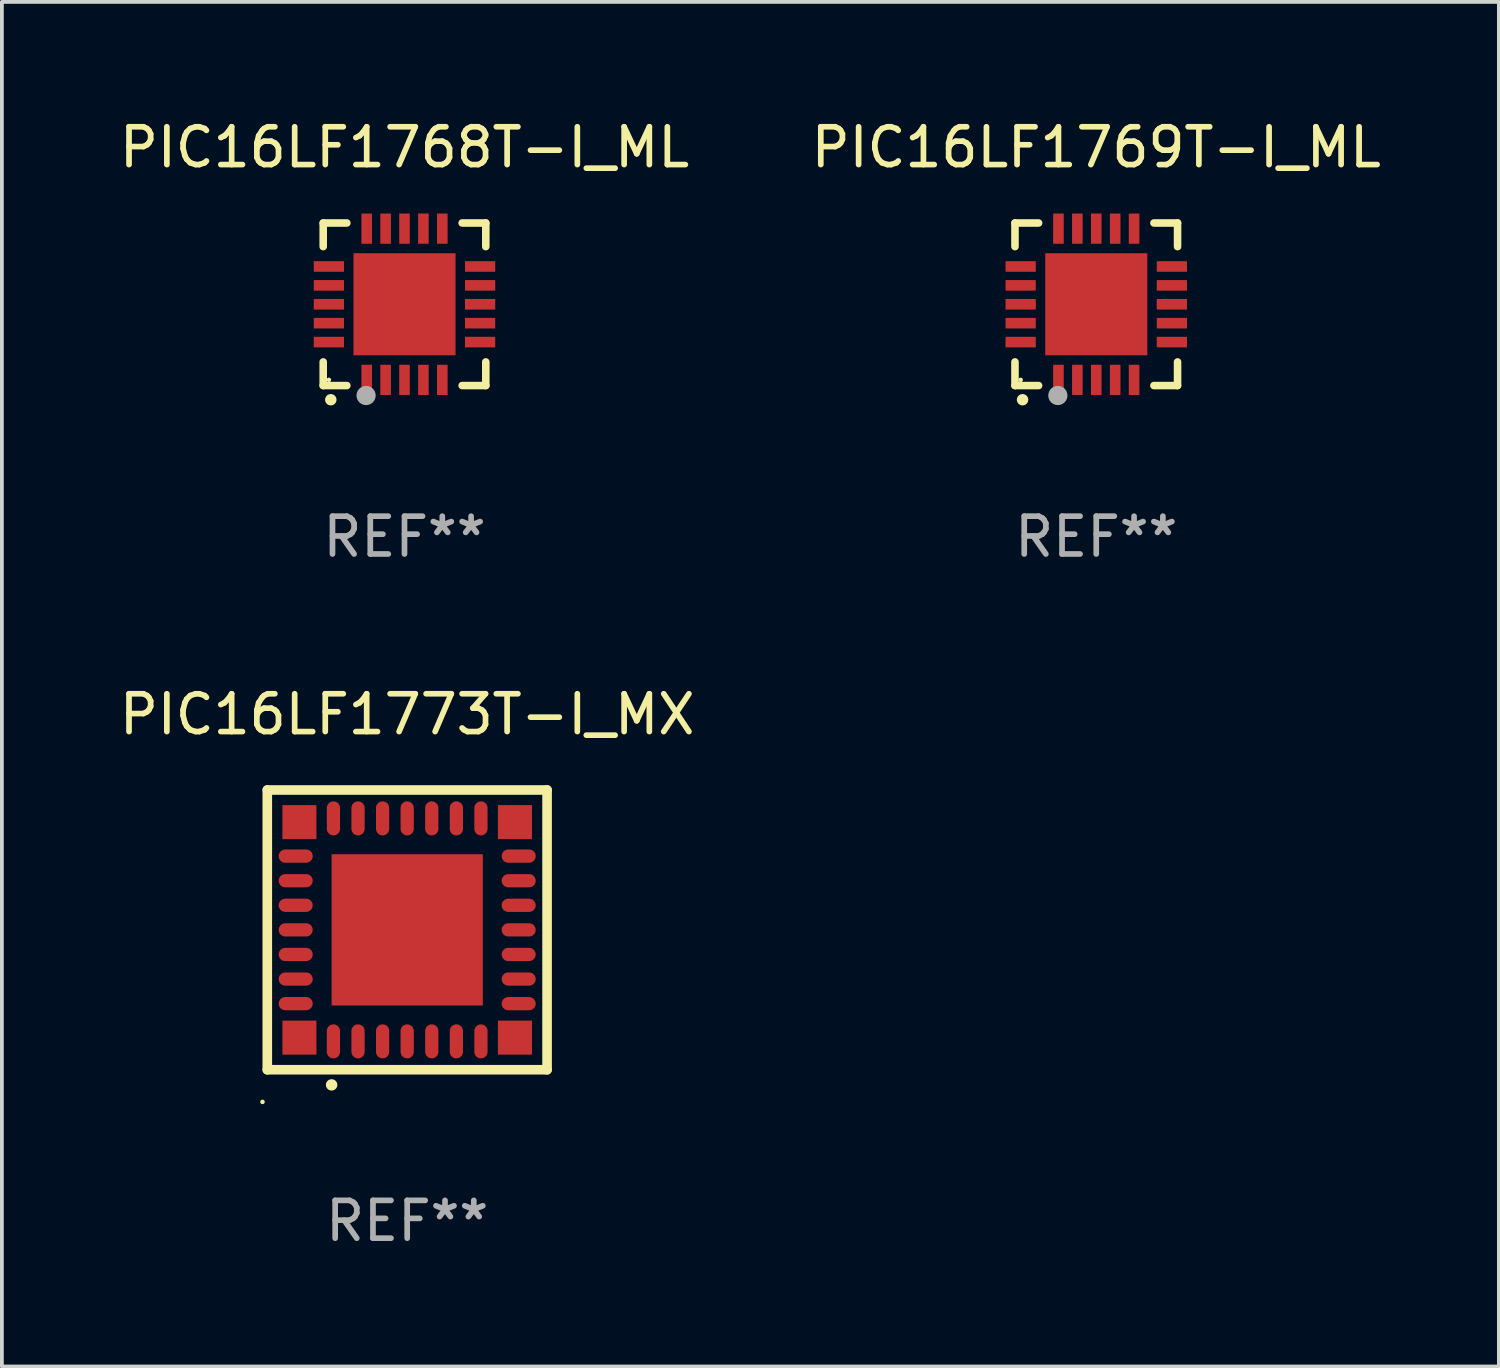
<source format=kicad_pcb>
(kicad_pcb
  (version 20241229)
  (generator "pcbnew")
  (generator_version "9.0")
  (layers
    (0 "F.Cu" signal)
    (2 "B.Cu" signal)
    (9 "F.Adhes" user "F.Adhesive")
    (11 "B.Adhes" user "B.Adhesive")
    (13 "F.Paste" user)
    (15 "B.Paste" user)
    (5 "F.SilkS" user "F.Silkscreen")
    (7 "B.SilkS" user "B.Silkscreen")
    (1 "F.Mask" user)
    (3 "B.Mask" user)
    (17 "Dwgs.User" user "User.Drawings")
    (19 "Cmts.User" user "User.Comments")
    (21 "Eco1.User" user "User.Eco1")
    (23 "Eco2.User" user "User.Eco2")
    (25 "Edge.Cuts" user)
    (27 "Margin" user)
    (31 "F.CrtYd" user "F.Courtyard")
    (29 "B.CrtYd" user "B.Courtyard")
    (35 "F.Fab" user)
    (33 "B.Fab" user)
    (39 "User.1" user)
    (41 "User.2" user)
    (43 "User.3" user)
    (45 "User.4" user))
  (footprint "PIC16LF1773T-I_MX"
    (layer "F.Cu")
    (at 7.72 21.545)
    (property "Reference" "PIC16LF1773T-I_MX" (at 0 -5.7 0) (layer "F.SilkS") (effects (font (size 1 1) (thickness 0.15))))
    (attr through_hole)
    (fp_line (start -3.7 -3.7) (end 3.7 -3.7) (stroke (width 0.254) (type solid)) (layer "F.SilkS"))
    (fp_line (start -3.7 3.7) (end -3.7 -3.7) (stroke (width 0.254) (type solid)) (layer "F.SilkS"))
    (fp_line (start 3.7 -3.7) (end 3.7 3.7) (stroke (width 0.254) (type solid)) (layer "F.SilkS"))
    (fp_line (start 3.7 3.7) (end -3.7 3.7) (stroke (width 0.254) (type solid)) (layer "F.SilkS"))
    (fp_arc (start -2 4.1) (mid -1.99873 4.099995) (end -1.99746 4.1) (stroke (width 0.3) (type solid)) (layer "F.SilkS"))
    (fp_circle (center -3.827 4.55) (end -3.797 4.55) (stroke (width 0.06) (type solid)) (fill no) (layer "F.SilkS"))
    (fp_text user "REF**" (at 0 7.7 0) (layer "F.Fab") (effects (font (size 1 1) (thickness 0.15))))
    (pad "1" smd oval (at -1.951 2.949 180) (size 0.35 0.9) (layers "F.Cu" "F.Mask" "F.Paste"))
    (pad "2" smd oval (at -1.3 2.949 180) (size 0.35 0.9) (layers "F.Cu" "F.Mask" "F.Paste"))
    (pad "3" smd oval (at -0.65 2.949 180) (size 0.35 0.9) (layers "F.Cu" "F.Mask" "F.Paste"))
    (pad "4" smd oval (at 0.000051 2.949 180) (size 0.35 0.9) (layers "F.Cu" "F.Mask" "F.Paste"))
    (pad "5" smd oval (at 0.65 2.949 180) (size 0.35 0.9) (layers "F.Cu" "F.Mask" "F.Paste"))
    (pad "6" smd oval (at 1.301 2.949 180) (size 0.35 0.9) (layers "F.Cu" "F.Mask" "F.Paste"))
    (pad "7" smd oval (at 1.951 2.949 180) (size 0.35 0.9) (layers "F.Cu" "F.Mask" "F.Paste"))
    (pad "8" smd oval (at 2.949 1.951 90) (size 0.35 0.9) (layers "F.Cu" "F.Mask" "F.Paste"))
    (pad "9" smd oval (at 2.949 1.301 90) (size 0.35 0.9) (layers "F.Cu" "F.Mask" "F.Paste"))
    (pad "10" smd oval (at 2.949 0.65 90) (size 0.35 0.9) (layers "F.Cu" "F.Mask" "F.Paste"))
    (pad "11" smd oval (at 2.949 0.000051 90) (size 0.35 0.9) (layers "F.Cu" "F.Mask" "F.Paste"))
    (pad "12" smd oval (at 2.949 -0.65 90) (size 0.35 0.9) (layers "F.Cu" "F.Mask" "F.Paste"))
    (pad "13" smd oval (at 2.949 -1.3 90) (size 0.35 0.9) (layers "F.Cu" "F.Mask" "F.Paste"))
    (pad "14" smd oval (at 2.949 -1.951 90) (size 0.35 0.9) (layers "F.Cu" "F.Mask" "F.Paste"))
    (pad "15" smd oval (at 1.951 -2.949 180) (size 0.35 0.9) (layers "F.Cu" "F.Mask" "F.Paste"))
    (pad "16" smd oval (at 1.301 -2.949 180) (size 0.35 0.9) (layers "F.Cu" "F.Mask" "F.Paste"))
    (pad "17" smd oval (at 0.65 -2.949 180) (size 0.35 0.9) (layers "F.Cu" "F.Mask" "F.Paste"))
    (pad "18" smd oval (at 0.000051 -2.949 180) (size 0.35 0.9) (layers "F.Cu" "F.Mask" "F.Paste"))
    (pad "19" smd oval (at -0.65 -2.949 180) (size 0.35 0.9) (layers "F.Cu" "F.Mask" "F.Paste"))
    (pad "20" smd oval (at -1.3 -2.949 180) (size 0.35 0.9) (layers "F.Cu" "F.Mask" "F.Paste"))
    (pad "21" smd oval (at -1.951 -2.949 180) (size 0.35 0.9) (layers "F.Cu" "F.Mask" "F.Paste"))
    (pad "22" smd oval (at -2.949 -1.951 90) (size 0.35 0.9) (layers "F.Cu" "F.Mask" "F.Paste"))
    (pad "23" smd oval (at -2.949 -1.3 90) (size 0.35 0.9) (layers "F.Cu" "F.Mask" "F.Paste"))
    (pad "24" smd oval (at -2.949 -0.65 90) (size 0.35 0.9) (layers "F.Cu" "F.Mask" "F.Paste"))
    (pad "25" smd oval (at -2.949 0.000051 90) (size 0.35 0.9) (layers "F.Cu" "F.Mask" "F.Paste"))
    (pad "26" smd oval (at -2.949 0.65 90) (size 0.35 0.9) (layers "F.Cu" "F.Mask" "F.Paste"))
    (pad "27" smd oval (at -2.949 1.301 90) (size 0.35 0.9) (layers "F.Cu" "F.Mask" "F.Paste"))
    (pad "28" smd oval (at -2.949 1.951 90) (size 0.35 0.9) (layers "F.Cu" "F.Mask" "F.Paste"))
    (pad "29" smd rect (at -2.85 -2.85 90) (size 0.9 0.9) (layers "F.Cu" "F.Mask" "F.Paste"))
    (pad "29" smd rect (at -2.85 2.85 90) (size 0.9 0.9) (layers "F.Cu" "F.Mask" "F.Paste"))
    (pad "29" smd rect (at 0.000051 0.000051 90) (size 4 4) (layers "F.Cu" "F.Mask" "F.Paste"))
    (pad "29" smd rect (at 2.85 -2.85 90) (size 0.9 0.9) (layers "F.Cu" "F.Mask" "F.Paste"))
    (pad "29" smd rect (at 2.85 2.85 90) (size 0.9 0.9) (layers "F.Cu" "F.Mask" "F.Paste")))
  (footprint "PIC16LF1769T-I_ML"
    (layer "F.Cu")
    (at 25.946 4.998)
    (property "Reference" "PIC16LF1769T-I_ML" (at 0 -4.15 0) (layer "F.SilkS") (effects (font (size 1 1) (thickness 0.15))))
    (attr through_hole)
    (fp_line (start -2.15 -2.15) (end -2.15 -1.525) (stroke (width 0.2) (type solid)) (layer "F.SilkS"))
    (fp_line (start -2.15 2.15) (end -2.15 1.525) (stroke (width 0.2) (type solid)) (layer "F.SilkS"))
    (fp_line (start -1.525 -2.15) (end -2.15 -2.15) (stroke (width 0.2) (type solid)) (layer "F.SilkS"))
    (fp_line (start -1.525 2.15) (end -2.15 2.15) (stroke (width 0.2) (type solid)) (layer "F.SilkS"))
    (fp_line (start 1.525 2.15) (end 2.15 2.15) (stroke (width 0.2) (type solid)) (layer "F.SilkS"))
    (fp_line (start 2.15 -2.15) (end 1.525 -2.15) (stroke (width 0.2) (type solid)) (layer "F.SilkS"))
    (fp_line (start 2.15 -1.525) (end 2.15 -2.15) (stroke (width 0.2) (type solid)) (layer "F.SilkS"))
    (fp_line (start 2.15 2.15) (end 2.15 1.525) (stroke (width 0.2) (type solid)) (layer "F.SilkS"))
    (fp_arc (start -1.950724 2.524765) (mid -1.949454 2.52476) (end -1.948184 2.524765) (stroke (width 0.3) (type solid)) (layer "F.SilkS"))
    (fp_circle (center -2 2) (end -1.97 2) (stroke (width 0.06) (type solid)) (fill no) (layer "F.SilkS"))
    (fp_circle (center -1.016 2.413) (end -0.889 2.413) (stroke (width 0.254) (type solid)) (fill no) (layer "F.Fab"))
    (fp_text user "REF**" (at 0 6.15 0) (layer "F.Fab") (effects (font (size 1 1) (thickness 0.15))))
    (pad "1" smd rect (at -1 2) (size 0.28 0.8) (layers "F.Cu" "F.Mask" "F.Paste"))
    (pad "2" smd rect (at -0.5 2) (size 0.28 0.8) (layers "F.Cu" "F.Mask" "F.Paste"))
    (pad "3" smd rect (at 0 2) (size 0.28 0.8) (layers "F.Cu" "F.Mask" "F.Paste"))
    (pad "4" smd rect (at 0.5 2) (size 0.28 0.8) (layers "F.Cu" "F.Mask" "F.Paste"))
    (pad "5" smd rect (at 1 2) (size 0.28 0.8) (layers "F.Cu" "F.Mask" "F.Paste"))
    (pad "6" smd rect (at 2 1) (size 0.8 0.28) (layers "F.Cu" "F.Mask" "F.Paste"))
    (pad "7" smd rect (at 2 0.5) (size 0.8 0.28) (layers "F.Cu" "F.Mask" "F.Paste"))
    (pad "8" smd rect (at 2 0) (size 0.8 0.28) (layers "F.Cu" "F.Mask" "F.Paste"))
    (pad "9" smd rect (at 2 -0.5) (size 0.8 0.28) (layers "F.Cu" "F.Mask" "F.Paste"))
    (pad "10" smd rect (at 2 -1) (size 0.8 0.28) (layers "F.Cu" "F.Mask" "F.Paste"))
    (pad "11" smd rect (at 1 -2) (size 0.28 0.8) (layers "F.Cu" "F.Mask" "F.Paste"))
    (pad "12" smd rect (at 0.5 -2) (size 0.28 0.8) (layers "F.Cu" "F.Mask" "F.Paste"))
    (pad "13" smd rect (at 0 -2) (size 0.28 0.8) (layers "F.Cu" "F.Mask" "F.Paste"))
    (pad "14" smd rect (at -0.5 -2) (size 0.28 0.8) (layers "F.Cu" "F.Mask" "F.Paste"))
    (pad "15" smd rect (at -1 -2) (size 0.28 0.8) (layers "F.Cu" "F.Mask" "F.Paste"))
    (pad "16" smd rect (at -2 -1) (size 0.8 0.28) (layers "F.Cu" "F.Mask" "F.Paste"))
    (pad "17" smd rect (at -2 -0.5) (size 0.8 0.28) (layers "F.Cu" "F.Mask" "F.Paste"))
    (pad "18" smd rect (at -2 0) (size 0.8 0.28) (layers "F.Cu" "F.Mask" "F.Paste"))
    (pad "19" smd rect (at -2 0.5) (size 0.8 0.28) (layers "F.Cu" "F.Mask" "F.Paste"))
    (pad "20" smd rect (at -2 1) (size 0.8 0.28) (layers "F.Cu" "F.Mask" "F.Paste"))
    (pad "21" smd rect (at 0 0) (size 2.7 2.7) (layers "F.Cu" "F.Mask" "F.Paste")))
  (footprint "PIC16LF1768T-I_ML"
    (layer "F.Cu")
    (at 7.649 4.998)
    (property "Reference" "PIC16LF1768T-I_ML" (at 0 -4.15 0) (layer "F.SilkS") (effects (font (size 1 1) (thickness 0.15))))
    (attr through_hole)
    (fp_line (start -2.15 -2.15) (end -2.15 -1.525) (stroke (width 0.2) (type solid)) (layer "F.SilkS"))
    (fp_line (start -2.15 2.15) (end -2.15 1.525) (stroke (width 0.2) (type solid)) (layer "F.SilkS"))
    (fp_line (start -1.525 -2.15) (end -2.15 -2.15) (stroke (width 0.2) (type solid)) (layer "F.SilkS"))
    (fp_line (start -1.525 2.15) (end -2.15 2.15) (stroke (width 0.2) (type solid)) (layer "F.SilkS"))
    (fp_line (start 1.525 2.15) (end 2.15 2.15) (stroke (width 0.2) (type solid)) (layer "F.SilkS"))
    (fp_line (start 2.15 -2.15) (end 1.525 -2.15) (stroke (width 0.2) (type solid)) (layer "F.SilkS"))
    (fp_line (start 2.15 -1.525) (end 2.15 -2.15) (stroke (width 0.2) (type solid)) (layer "F.SilkS"))
    (fp_line (start 2.15 2.15) (end 2.15 1.525) (stroke (width 0.2) (type solid)) (layer "F.SilkS"))
    (fp_arc (start -1.950724 2.524765) (mid -1.949454 2.52476) (end -1.948184 2.524765) (stroke (width 0.3) (type solid)) (layer "F.SilkS"))
    (fp_circle (center -2 2) (end -1.97 2) (stroke (width 0.06) (type solid)) (fill no) (layer "F.SilkS"))
    (fp_circle (center -1.016 2.413) (end -0.889 2.413) (stroke (width 0.254) (type solid)) (fill no) (layer "F.Fab"))
    (fp_text user "REF**" (at 0 6.15 0) (layer "F.Fab") (effects (font (size 1 1) (thickness 0.15))))
    (pad "1" smd rect (at -1 2) (size 0.28 0.8) (layers "F.Cu" "F.Mask" "F.Paste"))
    (pad "2" smd rect (at -0.5 2) (size 0.28 0.8) (layers "F.Cu" "F.Mask" "F.Paste"))
    (pad "3" smd rect (at 0 2) (size 0.28 0.8) (layers "F.Cu" "F.Mask" "F.Paste"))
    (pad "4" smd rect (at 0.5 2) (size 0.28 0.8) (layers "F.Cu" "F.Mask" "F.Paste"))
    (pad "5" smd rect (at 1 2) (size 0.28 0.8) (layers "F.Cu" "F.Mask" "F.Paste"))
    (pad "6" smd rect (at 2 1) (size 0.8 0.28) (layers "F.Cu" "F.Mask" "F.Paste"))
    (pad "7" smd rect (at 2 0.5) (size 0.8 0.28) (layers "F.Cu" "F.Mask" "F.Paste"))
    (pad "8" smd rect (at 2 0) (size 0.8 0.28) (layers "F.Cu" "F.Mask" "F.Paste"))
    (pad "9" smd rect (at 2 -0.5) (size 0.8 0.28) (layers "F.Cu" "F.Mask" "F.Paste"))
    (pad "10" smd rect (at 2 -1) (size 0.8 0.28) (layers "F.Cu" "F.Mask" "F.Paste"))
    (pad "11" smd rect (at 1 -2) (size 0.28 0.8) (layers "F.Cu" "F.Mask" "F.Paste"))
    (pad "12" smd rect (at 0.5 -2) (size 0.28 0.8) (layers "F.Cu" "F.Mask" "F.Paste"))
    (pad "13" smd rect (at 0 -2) (size 0.28 0.8) (layers "F.Cu" "F.Mask" "F.Paste"))
    (pad "14" smd rect (at -0.5 -2) (size 0.28 0.8) (layers "F.Cu" "F.Mask" "F.Paste"))
    (pad "15" smd rect (at -1 -2) (size 0.28 0.8) (layers "F.Cu" "F.Mask" "F.Paste"))
    (pad "16" smd rect (at -2 -1) (size 0.8 0.28) (layers "F.Cu" "F.Mask" "F.Paste"))
    (pad "17" smd rect (at -2 -0.5) (size 0.8 0.28) (layers "F.Cu" "F.Mask" "F.Paste"))
    (pad "18" smd rect (at -2 0) (size 0.8 0.28) (layers "F.Cu" "F.Mask" "F.Paste"))
    (pad "19" smd rect (at -2 0.5) (size 0.8 0.28) (layers "F.Cu" "F.Mask" "F.Paste"))
    (pad "20" smd rect (at -2 1) (size 0.8 0.28) (layers "F.Cu" "F.Mask" "F.Paste"))
    (pad "21" smd rect (at 0 0) (size 2.7 2.7) (layers "F.Cu" "F.Mask" "F.Paste")))
  (gr_rect
    (start -3 -3)
    (end 36.595 33.093)
    (stroke (width 0.1) (type default))
    (fill no)
    (layer "Edge.Cuts")))
</source>
